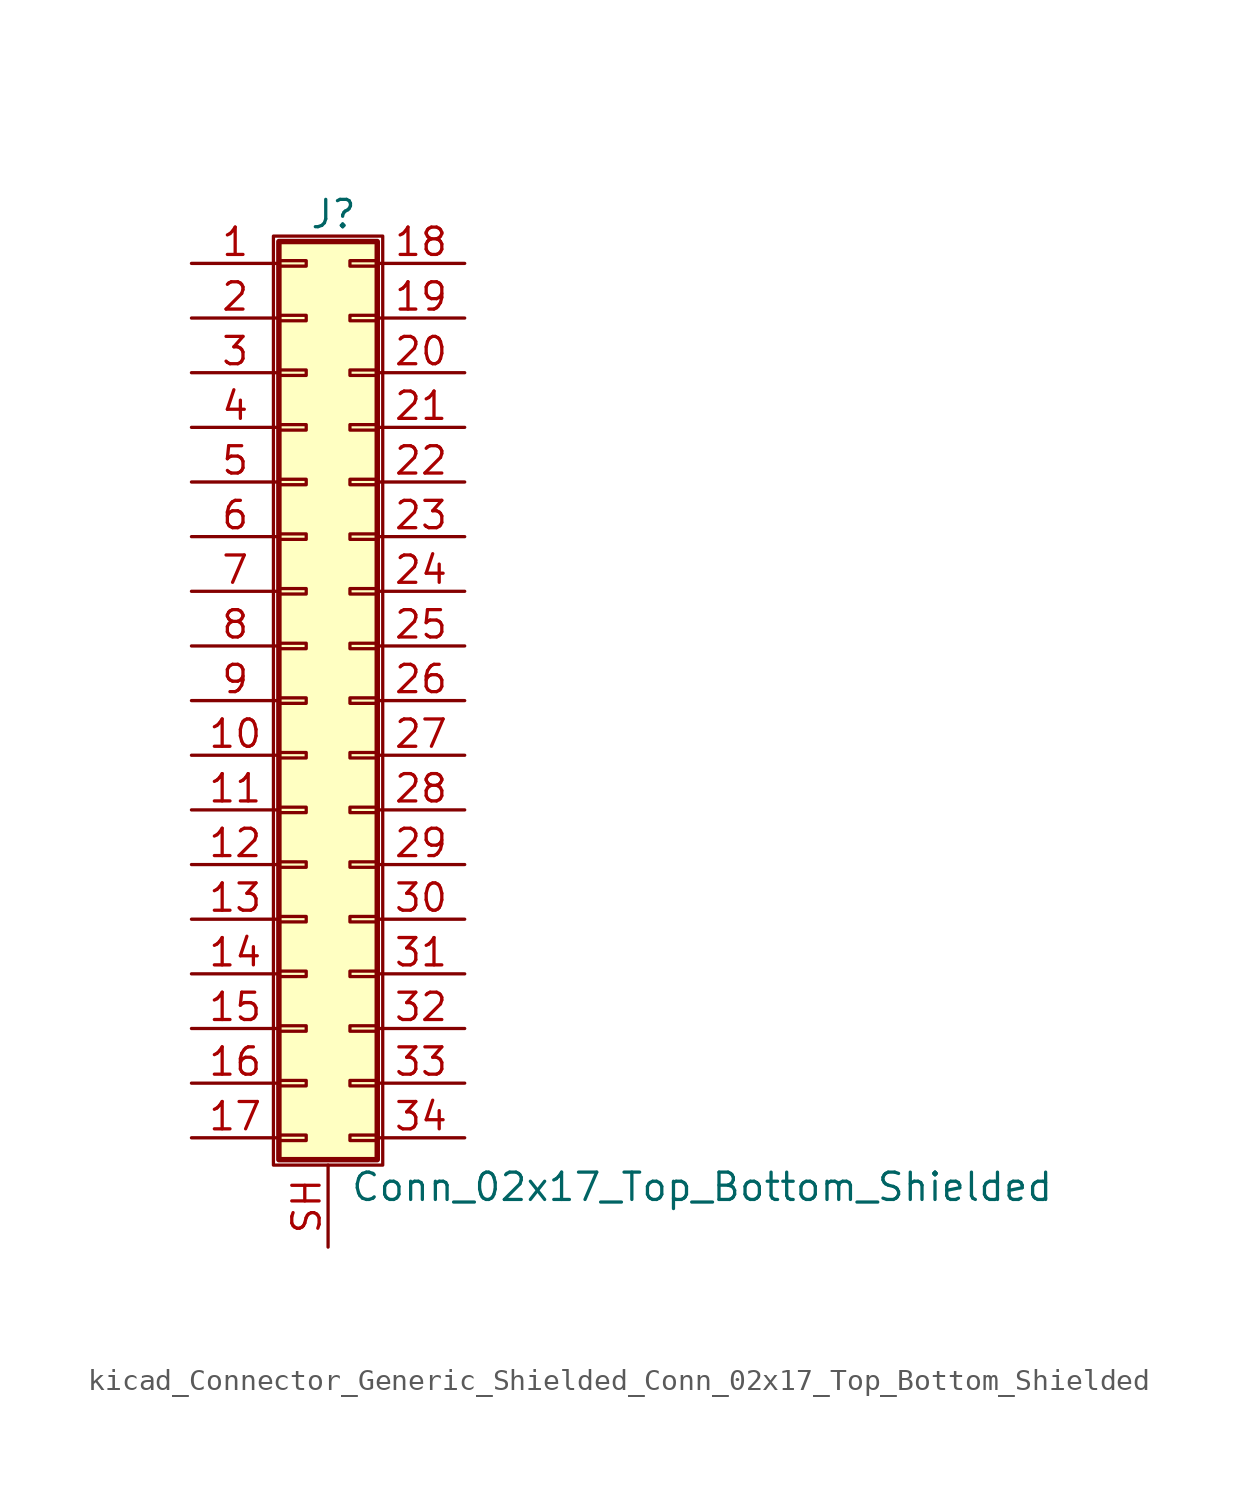
<source format=kicad_sym>
(kicad_symbol_lib
  (version 20220914)
  (generator kicad_symbol_editor)
  (symbol "kicad_Connector_Generic_Shielded_Conn_02x17_Top_Bottom_Shielded"
    (pin_names
      (offset 1.016) hide)
    (property "Reference" "J"
      (at 1.524 22.606 0)
      (effects (font (size 1.27 1.27))))
    (property "Value" "Conn_02x17_Top_Bottom_Shielded"
      (at 2.286 -22.606 0)
      (effects (font (size 1.27 1.27)) (justify left)))
    (symbol "kicad_Connector_Generic_Shielded_Conn_02x17_Top_Bottom_Shielded_1_1"
      (rectangle (start -1.27 21.59) (end 3.81 -21.59) (stroke (width 0.152) (type default)) (fill (type none)))
      (rectangle (start -1.016 -20.193) (end 0.254 -20.447) (stroke (width 0.152) (type default)) (fill (type none)))
      (rectangle (start -1.016 -17.653) (end 0.254 -17.907) (stroke (width 0.152) (type default)) (fill (type none)))
      (rectangle (start -1.016 -15.113) (end 0.254 -15.367) (stroke (width 0.152) (type default)) (fill (type none)))
      (rectangle (start -1.016 -12.573) (end 0.254 -12.827) (stroke (width 0.152) (type default)) (fill (type none)))
      (rectangle (start -1.016 -10.033) (end 0.254 -10.287) (stroke (width 0.152) (type default)) (fill (type none)))
      (rectangle (start -1.016 -7.493) (end 0.254 -7.747) (stroke (width 0.152) (type default)) (fill (type none)))
      (rectangle (start -1.016 -4.953) (end 0.254 -5.207) (stroke (width 0.152) (type default)) (fill (type none)))
      (rectangle (start -1.016 -2.413) (end 0.254 -2.667) (stroke (width 0.152) (type default)) (fill (type none)))
      (rectangle (start -1.016 0.127) (end 0.254 -0.127) (stroke (width 0.152) (type default)) (fill (type none)))
      (rectangle (start -1.016 2.667) (end 0.254 2.413) (stroke (width 0.152) (type default)) (fill (type none)))
      (rectangle (start -1.016 5.207) (end 0.254 4.953) (stroke (width 0.152) (type default)) (fill (type none)))
      (rectangle (start -1.016 7.747) (end 0.254 7.493) (stroke (width 0.152) (type default)) (fill (type none)))
      (rectangle (start -1.016 10.287) (end 0.254 10.033) (stroke (width 0.152) (type default)) (fill (type none)))
      (rectangle (start -1.016 12.827) (end 0.254 12.573) (stroke (width 0.152) (type default)) (fill (type none)))
      (rectangle (start -1.016 15.367) (end 0.254 15.113) (stroke (width 0.152) (type default)) (fill (type none)))
      (rectangle (start -1.016 17.907) (end 0.254 17.653) (stroke (width 0.152) (type default)) (fill (type none)))
      (rectangle (start -1.016 20.447) (end 0.254 20.193) (stroke (width 0.152) (type default)) (fill (type none)))
      (rectangle (start -1.016 21.336) (end 3.556 -21.336) (stroke (width 0.254) (type default)) (fill (type background)))
      (rectangle (start 3.556 -20.193) (end 2.286 -20.447) (stroke (width 0.152) (type default)) (fill (type none)))
      (rectangle (start 3.556 -17.653) (end 2.286 -17.907) (stroke (width 0.152) (type default)) (fill (type none)))
      (rectangle (start 3.556 -15.113) (end 2.286 -15.367) (stroke (width 0.152) (type default)) (fill (type none)))
      (rectangle (start 3.556 -12.573) (end 2.286 -12.827) (stroke (width 0.152) (type default)) (fill (type none)))
      (rectangle (start 3.556 -10.033) (end 2.286 -10.287) (stroke (width 0.152) (type default)) (fill (type none)))
      (rectangle (start 3.556 -7.493) (end 2.286 -7.747) (stroke (width 0.152) (type default)) (fill (type none)))
      (rectangle (start 3.556 -4.953) (end 2.286 -5.207) (stroke (width 0.152) (type default)) (fill (type none)))
      (rectangle (start 3.556 -2.413) (end 2.286 -2.667) (stroke (width 0.152) (type default)) (fill (type none)))
      (rectangle (start 3.556 0.127) (end 2.286 -0.127) (stroke (width 0.152) (type default)) (fill (type none)))
      (rectangle (start 3.556 2.667) (end 2.286 2.413) (stroke (width 0.152) (type default)) (fill (type none)))
      (rectangle (start 3.556 5.207) (end 2.286 4.953) (stroke (width 0.152) (type default)) (fill (type none)))
      (rectangle (start 3.556 7.747) (end 2.286 7.493) (stroke (width 0.152) (type default)) (fill (type none)))
      (rectangle (start 3.556 10.287) (end 2.286 10.033) (stroke (width 0.152) (type default)) (fill (type none)))
      (rectangle (start 3.556 12.827) (end 2.286 12.573) (stroke (width 0.152) (type default)) (fill (type none)))
      (rectangle (start 3.556 15.367) (end 2.286 15.113) (stroke (width 0.152) (type default)) (fill (type none)))
      (rectangle (start 3.556 17.907) (end 2.286 17.653) (stroke (width 0.152) (type default)) (fill (type none)))
      (rectangle (start 3.556 20.447) (end 2.286 20.193) (stroke (width 0.152) (type default)) (fill (type none)))
      (pin passive line (at -5.08 20.32 0) (length 4.064) (name "Pin_1" (effects (font (size 1.27 1.27)))) (number "1" (effects (font (size 1.27 1.27)))))
      (pin passive line (at -5.08 -2.54 0) (length 4.064) (name "Pin_10" (effects (font (size 1.27 1.27)))) (number "10" (effects (font (size 1.27 1.27)))))
      (pin passive line (at -5.08 -5.08 0) (length 4.064) (name "Pin_11" (effects (font (size 1.27 1.27)))) (number "11" (effects (font (size 1.27 1.27)))))
      (pin passive line (at -5.08 -7.62 0) (length 4.064) (name "Pin_12" (effects (font (size 1.27 1.27)))) (number "12" (effects (font (size 1.27 1.27)))))
      (pin passive line (at -5.08 -10.16 0) (length 4.064) (name "Pin_13" (effects (font (size 1.27 1.27)))) (number "13" (effects (font (size 1.27 1.27)))))
      (pin passive line (at -5.08 -12.7 0) (length 4.064) (name "Pin_14" (effects (font (size 1.27 1.27)))) (number "14" (effects (font (size 1.27 1.27)))))
      (pin passive line (at -5.08 -15.24 0) (length 4.064) (name "Pin_15" (effects (font (size 1.27 1.27)))) (number "15" (effects (font (size 1.27 1.27)))))
      (pin passive line (at -5.08 -17.78 0) (length 4.064) (name "Pin_16" (effects (font (size 1.27 1.27)))) (number "16" (effects (font (size 1.27 1.27)))))
      (pin passive line (at -5.08 -20.32 0) (length 4.064) (name "Pin_17" (effects (font (size 1.27 1.27)))) (number "17" (effects (font (size 1.27 1.27)))))
      (pin passive line (at 7.62 20.32 180) (length 4.064) (name "Pin_18" (effects (font (size 1.27 1.27)))) (number "18" (effects (font (size 1.27 1.27)))))
      (pin passive line (at 7.62 17.78 180) (length 4.064) (name "Pin_19" (effects (font (size 1.27 1.27)))) (number "19" (effects (font (size 1.27 1.27)))))
      (pin passive line (at -5.08 17.78 0) (length 4.064) (name "Pin_2" (effects (font (size 1.27 1.27)))) (number "2" (effects (font (size 1.27 1.27)))))
      (pin passive line (at 7.62 15.24 180) (length 4.064) (name "Pin_20" (effects (font (size 1.27 1.27)))) (number "20" (effects (font (size 1.27 1.27)))))
      (pin passive line (at 7.62 12.7 180) (length 4.064) (name "Pin_21" (effects (font (size 1.27 1.27)))) (number "21" (effects (font (size 1.27 1.27)))))
      (pin passive line (at 7.62 10.16 180) (length 4.064) (name "Pin_22" (effects (font (size 1.27 1.27)))) (number "22" (effects (font (size 1.27 1.27)))))
      (pin passive line (at 7.62 7.62 180) (length 4.064) (name "Pin_23" (effects (font (size 1.27 1.27)))) (number "23" (effects (font (size 1.27 1.27)))))
      (pin passive line (at 7.62 5.08 180) (length 4.064) (name "Pin_24" (effects (font (size 1.27 1.27)))) (number "24" (effects (font (size 1.27 1.27)))))
      (pin passive line (at 7.62 2.54 180) (length 4.064) (name "Pin_25" (effects (font (size 1.27 1.27)))) (number "25" (effects (font (size 1.27 1.27)))))
      (pin passive line (at 7.62 0 180) (length 4.064) (name "Pin_26" (effects (font (size 1.27 1.27)))) (number "26" (effects (font (size 1.27 1.27)))))
      (pin passive line (at 7.62 -2.54 180) (length 4.064) (name "Pin_27" (effects (font (size 1.27 1.27)))) (number "27" (effects (font (size 1.27 1.27)))))
      (pin passive line (at 7.62 -5.08 180) (length 4.064) (name "Pin_28" (effects (font (size 1.27 1.27)))) (number "28" (effects (font (size 1.27 1.27)))))
      (pin passive line (at 7.62 -7.62 180) (length 4.064) (name "Pin_29" (effects (font (size 1.27 1.27)))) (number "29" (effects (font (size 1.27 1.27)))))
      (pin passive line (at -5.08 15.24 0) (length 4.064) (name "Pin_3" (effects (font (size 1.27 1.27)))) (number "3" (effects (font (size 1.27 1.27)))))
      (pin passive line (at 7.62 -10.16 180) (length 4.064) (name "Pin_30" (effects (font (size 1.27 1.27)))) (number "30" (effects (font (size 1.27 1.27)))))
      (pin passive line (at 7.62 -12.7 180) (length 4.064) (name "Pin_31" (effects (font (size 1.27 1.27)))) (number "31" (effects (font (size 1.27 1.27)))))
      (pin passive line (at 7.62 -15.24 180) (length 4.064) (name "Pin_32" (effects (font (size 1.27 1.27)))) (number "32" (effects (font (size 1.27 1.27)))))
      (pin passive line (at 7.62 -17.78 180) (length 4.064) (name "Pin_33" (effects (font (size 1.27 1.27)))) (number "33" (effects (font (size 1.27 1.27)))))
      (pin passive line (at 7.62 -20.32 180) (length 4.064) (name "Pin_34" (effects (font (size 1.27 1.27)))) (number "34" (effects (font (size 1.27 1.27)))))
      (pin passive line (at -5.08 12.7 0) (length 4.064) (name "Pin_4" (effects (font (size 1.27 1.27)))) (number "4" (effects (font (size 1.27 1.27)))))
      (pin passive line (at -5.08 10.16 0) (length 4.064) (name "Pin_5" (effects (font (size 1.27 1.27)))) (number "5" (effects (font (size 1.27 1.27)))))
      (pin passive line (at -5.08 7.62 0) (length 4.064) (name "Pin_6" (effects (font (size 1.27 1.27)))) (number "6" (effects (font (size 1.27 1.27)))))
      (pin passive line (at -5.08 5.08 0) (length 4.064) (name "Pin_7" (effects (font (size 1.27 1.27)))) (number "7" (effects (font (size 1.27 1.27)))))
      (pin passive line (at -5.08 2.54 0) (length 4.064) (name "Pin_8" (effects (font (size 1.27 1.27)))) (number "8" (effects (font (size 1.27 1.27)))))
      (pin passive line (at -5.08 0 0) (length 4.064) (name "Pin_9" (effects (font (size 1.27 1.27)))) (number "9" (effects (font (size 1.27 1.27)))))
      (pin passive line (at 1.27 -25.4 90) (length 3.81) (name "Shield" (effects (font (size 1.27 1.27)))) (number "SH" (effects (font (size 1.27 1.27))))))))
</source>
